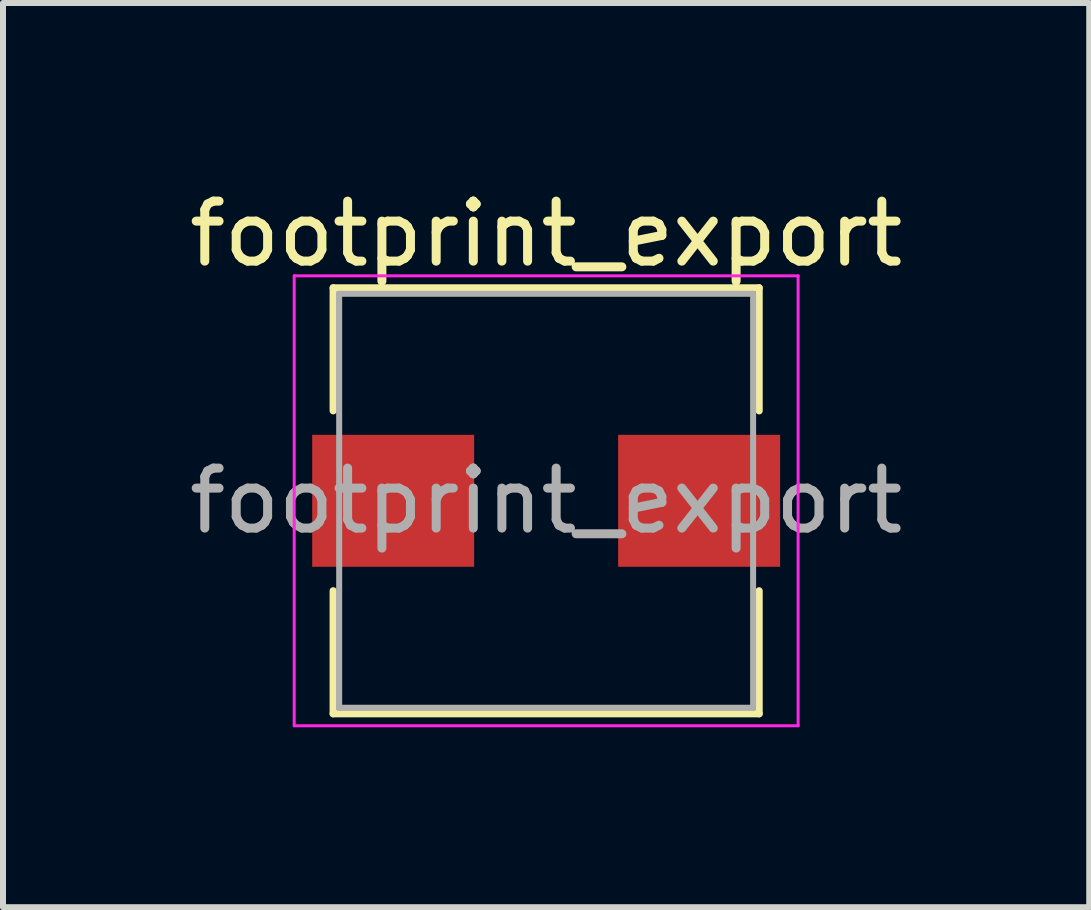
<source format=kicad_pcb>
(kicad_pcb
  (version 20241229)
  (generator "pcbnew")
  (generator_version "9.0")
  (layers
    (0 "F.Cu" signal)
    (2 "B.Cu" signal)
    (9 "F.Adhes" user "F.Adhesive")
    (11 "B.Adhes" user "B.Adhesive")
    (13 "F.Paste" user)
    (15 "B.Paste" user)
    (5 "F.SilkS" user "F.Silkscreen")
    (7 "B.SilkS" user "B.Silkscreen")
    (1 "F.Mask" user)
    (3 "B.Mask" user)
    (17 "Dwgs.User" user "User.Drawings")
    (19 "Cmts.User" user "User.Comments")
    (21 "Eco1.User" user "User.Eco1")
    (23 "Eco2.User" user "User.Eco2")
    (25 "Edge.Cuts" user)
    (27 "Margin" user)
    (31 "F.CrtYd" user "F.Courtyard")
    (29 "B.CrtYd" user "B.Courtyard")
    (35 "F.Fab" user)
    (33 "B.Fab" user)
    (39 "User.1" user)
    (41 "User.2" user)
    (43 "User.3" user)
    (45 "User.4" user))
  (footprint "footprint_export"
    (layer "F.Cu")
    (at 6.054 5.298)
    (property "Reference" "footprint_export" (at 0 -4.45 0) (layer "F.SilkS") (effects (font (size 1 1) (thickness 0.15))))
    (attr smd)
    (fp_line (start -3.55 -3.55) (end 3.55 -3.55) (stroke (width 0.12) (type solid)) (layer "F.SilkS"))
    (fp_line (start -3.55 -1.5) (end -3.55 -3.55) (stroke (width 0.12) (type solid)) (layer "F.SilkS"))
    (fp_line (start -3.55 1.5) (end -3.55 3.55) (stroke (width 0.12) (type solid)) (layer "F.SilkS"))
    (fp_line (start -3.55 3.55) (end 3.55 3.55) (stroke (width 0.12) (type solid)) (layer "F.SilkS"))
    (fp_line (start 3.55 -3.55) (end 3.55 -1.5) (stroke (width 0.12) (type solid)) (layer "F.SilkS"))
    (fp_line (start 3.55 3.55) (end 3.55 1.5) (stroke (width 0.12) (type solid)) (layer "F.SilkS"))
    (fp_line (start -4.2 -3.75) (end -4.2 3.75) (stroke (width 0.05) (type solid)) (layer "F.CrtYd"))
    (fp_line (start -4.2 3.75) (end 4.2 3.75) (stroke (width 0.05) (type solid)) (layer "F.CrtYd"))
    (fp_line (start 4.2 -3.75) (end -4.2 -3.75) (stroke (width 0.05) (type solid)) (layer "F.CrtYd"))
    (fp_line (start 4.2 3.75) (end 4.2 -3.75) (stroke (width 0.05) (type solid)) (layer "F.CrtYd"))
    (fp_line (start -3.45 -3.45) (end -3.45 3.45) (stroke (width 0.1) (type solid)) (layer "F.Fab"))
    (fp_line (start -3.45 3.45) (end 3.45 3.45) (stroke (width 0.1) (type solid)) (layer "F.Fab"))
    (fp_line (start 3.45 -3.45) (end -3.45 -3.45) (stroke (width 0.1) (type solid)) (layer "F.Fab"))
    (fp_line (start 3.45 3.45) (end 3.45 -3.45) (stroke (width 0.1) (type solid)) (layer "F.Fab"))
    (fp_text user "${REFERENCE}" (at 0 0 0) (layer "F.Fab") (effects (font (size 1 1) (thickness 0.15))))
    (pad "1" smd rect (at -2.55 0) (size 2.7 2.2) (layers "F.Cu" "F.Mask" "F.Paste"))
    (pad "2" smd rect (at 2.55 0) (size 2.7 2.2) (layers "F.Cu" "F.Mask" "F.Paste")))
  (gr_rect
    (start -3 -3)
    (end 15.107 12.073)
    (stroke (width 0.1) (type default))
    (fill no)
    (layer "Edge.Cuts")))
</source>
